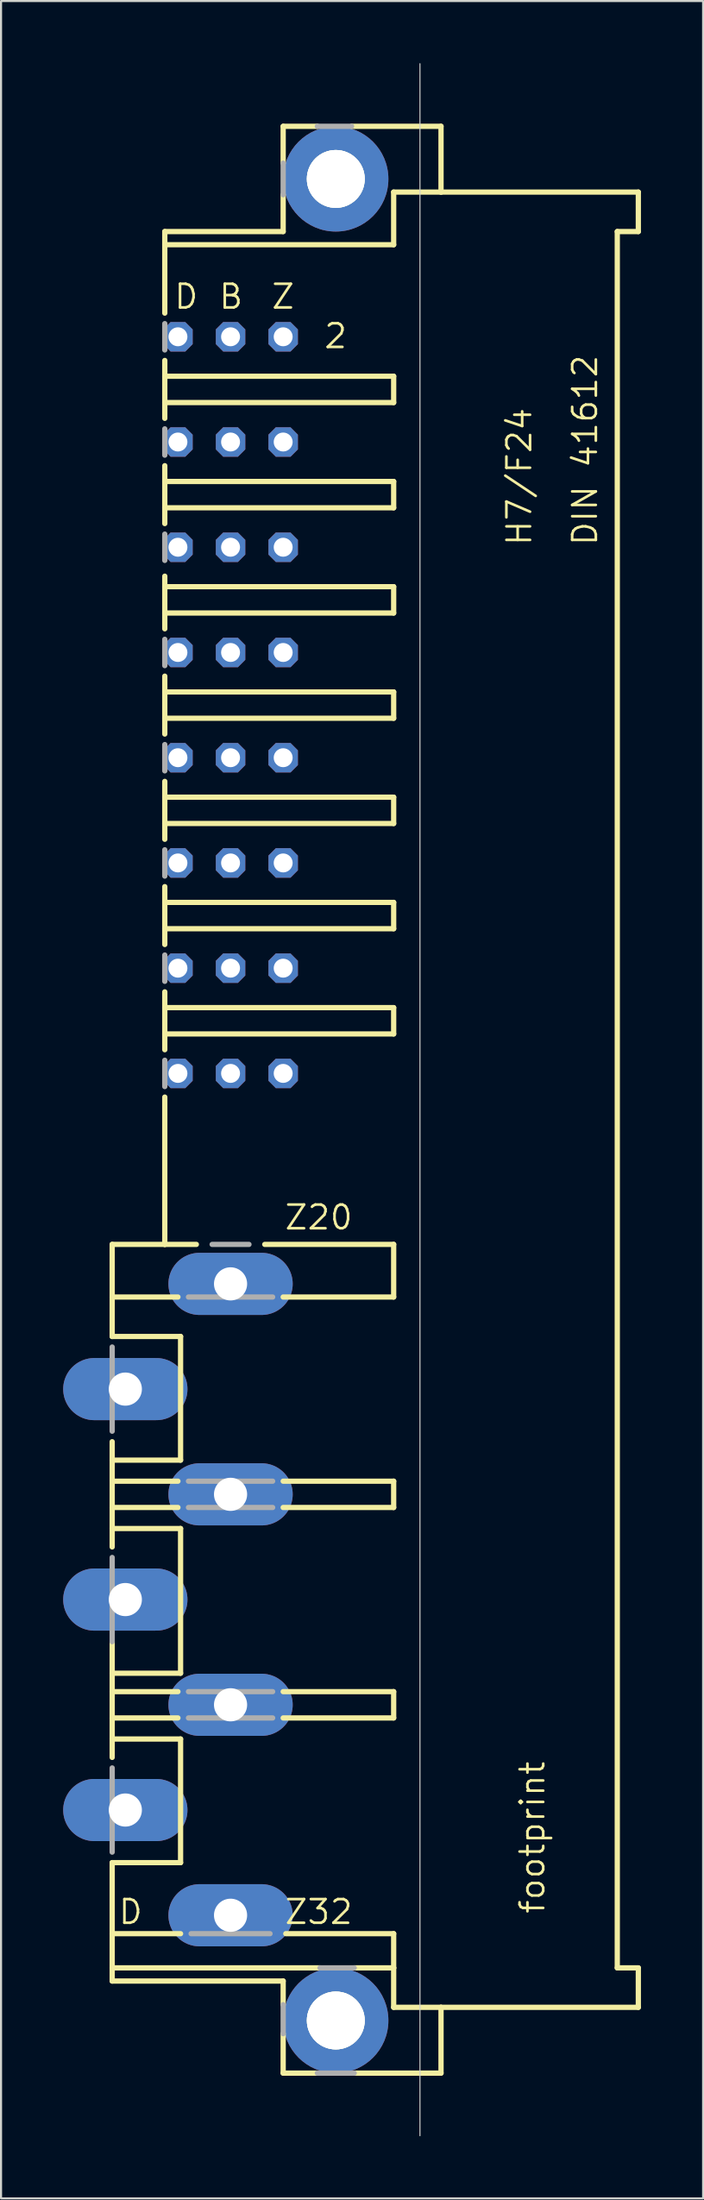
<source format=kicad_pcb>
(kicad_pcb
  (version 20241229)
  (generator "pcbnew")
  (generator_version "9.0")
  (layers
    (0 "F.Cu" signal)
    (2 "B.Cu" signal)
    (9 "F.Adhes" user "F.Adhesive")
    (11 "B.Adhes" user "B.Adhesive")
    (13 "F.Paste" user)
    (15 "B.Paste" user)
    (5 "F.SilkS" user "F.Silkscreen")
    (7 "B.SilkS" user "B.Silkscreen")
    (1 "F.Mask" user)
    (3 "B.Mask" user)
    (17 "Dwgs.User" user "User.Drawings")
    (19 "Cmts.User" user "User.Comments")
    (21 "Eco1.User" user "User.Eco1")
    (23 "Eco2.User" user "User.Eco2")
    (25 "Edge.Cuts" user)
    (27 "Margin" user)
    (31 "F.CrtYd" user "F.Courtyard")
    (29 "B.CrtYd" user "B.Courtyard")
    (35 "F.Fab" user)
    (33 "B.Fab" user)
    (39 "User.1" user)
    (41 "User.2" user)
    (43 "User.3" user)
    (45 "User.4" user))
  (footprint "footprint"
    (layer "F.Cu")
    (at 13.16 50.038)
    (property "Reference" "footprint" (at 10.16 39.37 90) (layer "F.SilkS") (effects (font (size 1.143 1.143) (thickness 0.127)) (justify left bottom)))
    (fp_line (start -10.795 6.985) (end -8.255 6.985) (stroke (width 0.254) (type solid)) (layer "F.SilkS"))
    (fp_line (start -10.795 9.525) (end -10.795 6.985) (stroke (width 0.254) (type solid)) (layer "F.SilkS"))
    (fp_line (start -10.795 9.525) (end -7.62 9.525) (stroke (width 0.254) (type solid)) (layer "F.SilkS"))
    (fp_line (start -10.795 11.43) (end -10.795 9.525) (stroke (width 0.254) (type solid)) (layer "F.SilkS"))
    (fp_line (start -10.795 11.43) (end -7.493 11.43) (stroke (width 0.254) (type solid)) (layer "F.SilkS"))
    (fp_line (start -10.795 17.399) (end -10.795 16.51) (stroke (width 0.254) (type solid)) (layer "F.SilkS"))
    (fp_line (start -10.795 17.399) (end -7.493 17.399) (stroke (width 0.254) (type solid)) (layer "F.SilkS"))
    (fp_line (start -10.795 18.415) (end -10.795 17.399) (stroke (width 0.254) (type solid)) (layer "F.SilkS"))
    (fp_line (start -10.795 18.415) (end -7.62 18.415) (stroke (width 0.254) (type solid)) (layer "F.SilkS"))
    (fp_line (start -10.795 19.685) (end -10.795 18.415) (stroke (width 0.254) (type solid)) (layer "F.SilkS"))
    (fp_line (start -10.795 19.685) (end -7.62 19.685) (stroke (width 0.254) (type solid)) (layer "F.SilkS"))
    (fp_line (start -10.795 20.701) (end -10.795 19.685) (stroke (width 0.254) (type solid)) (layer "F.SilkS"))
    (fp_line (start -10.795 20.701) (end -10.795 21.59) (stroke (width 0.254) (type solid)) (layer "F.SilkS"))
    (fp_line (start -10.795 20.701) (end -7.493 20.701) (stroke (width 0.254) (type solid)) (layer "F.SilkS"))
    (fp_line (start -10.795 27.686) (end -10.795 26.162) (stroke (width 0.254) (type solid)) (layer "F.SilkS"))
    (fp_line (start -10.795 27.686) (end -7.493 27.686) (stroke (width 0.254) (type solid)) (layer "F.SilkS"))
    (fp_line (start -10.795 28.575) (end -10.795 27.686) (stroke (width 0.254) (type solid)) (layer "F.SilkS"))
    (fp_line (start -10.795 28.575) (end -7.62 28.575) (stroke (width 0.254) (type solid)) (layer "F.SilkS"))
    (fp_line (start -10.795 29.845) (end -10.795 28.575) (stroke (width 0.254) (type solid)) (layer "F.SilkS"))
    (fp_line (start -10.795 29.845) (end -7.62 29.845) (stroke (width 0.254) (type solid)) (layer "F.SilkS"))
    (fp_line (start -10.795 30.861) (end -10.795 29.845) (stroke (width 0.254) (type solid)) (layer "F.SilkS"))
    (fp_line (start -10.795 30.861) (end -10.795 31.75) (stroke (width 0.254) (type solid)) (layer "F.SilkS"))
    (fp_line (start -10.795 30.861) (end -7.493 30.861) (stroke (width 0.254) (type solid)) (layer "F.SilkS"))
    (fp_line (start -10.795 36.83) (end -7.493 36.83) (stroke (width 0.254) (type solid)) (layer "F.SilkS"))
    (fp_line (start -10.795 40.259) (end -10.795 36.83) (stroke (width 0.254) (type solid)) (layer "F.SilkS"))
    (fp_line (start -10.795 40.259) (end -7.493 40.259) (stroke (width 0.254) (type solid)) (layer "F.SilkS"))
    (fp_line (start -10.795 41.91) (end -10.795 40.259) (stroke (width 0.254) (type solid)) (layer "F.SilkS"))
    (fp_line (start -10.795 42.545) (end -10.795 41.91) (stroke (width 0.254) (type solid)) (layer "F.SilkS"))
    (fp_line (start -8.255 -37.973) (end -8.255 -41.91) (stroke (width 0.254) (type solid)) (layer "F.SilkS"))
    (fp_line (start -8.255 -34.925) (end -8.255 -35.687) (stroke (width 0.254) (type solid)) (layer "F.SilkS"))
    (fp_line (start -8.255 -34.925) (end 2.794 -34.925) (stroke (width 0.254) (type solid)) (layer "F.SilkS"))
    (fp_line (start -8.255 -33.655) (end -8.255 -34.925) (stroke (width 0.254) (type solid)) (layer "F.SilkS"))
    (fp_line (start -8.255 -33.655) (end -8.255 -32.893) (stroke (width 0.254) (type solid)) (layer "F.SilkS"))
    (fp_line (start -8.255 -33.655) (end 2.794 -33.655) (stroke (width 0.254) (type solid)) (layer "F.SilkS"))
    (fp_line (start -8.255 -30.607) (end -8.255 -29.845) (stroke (width 0.254) (type solid)) (layer "F.SilkS"))
    (fp_line (start -8.255 -29.845) (end 2.794 -29.845) (stroke (width 0.254) (type solid)) (layer "F.SilkS"))
    (fp_line (start -8.255 -28.575) (end -8.255 -29.845) (stroke (width 0.254) (type solid)) (layer "F.SilkS"))
    (fp_line (start -8.255 -28.575) (end -8.255 -27.813) (stroke (width 0.254) (type solid)) (layer "F.SilkS"))
    (fp_line (start -8.255 -28.575) (end 2.794 -28.575) (stroke (width 0.254) (type solid)) (layer "F.SilkS"))
    (fp_line (start -8.255 -25.273) (end -8.255 -24.765) (stroke (width 0.254) (type solid)) (layer "F.SilkS"))
    (fp_line (start -8.255 -24.765) (end 2.794 -24.765) (stroke (width 0.254) (type solid)) (layer "F.SilkS"))
    (fp_line (start -8.255 -23.495) (end -8.255 -24.765) (stroke (width 0.254) (type solid)) (layer "F.SilkS"))
    (fp_line (start -8.255 -23.495) (end -8.255 -22.733) (stroke (width 0.254) (type solid)) (layer "F.SilkS"))
    (fp_line (start -8.255 -23.495) (end 2.794 -23.495) (stroke (width 0.254) (type solid)) (layer "F.SilkS"))
    (fp_line (start -8.255 -20.447) (end -8.255 -19.685) (stroke (width 0.254) (type solid)) (layer "F.SilkS"))
    (fp_line (start -8.255 -19.685) (end 2.794 -19.685) (stroke (width 0.254) (type solid)) (layer "F.SilkS"))
    (fp_line (start -8.255 -18.415) (end -8.255 -19.685) (stroke (width 0.254) (type solid)) (layer "F.SilkS"))
    (fp_line (start -8.255 -18.415) (end -8.255 -17.653) (stroke (width 0.254) (type solid)) (layer "F.SilkS"))
    (fp_line (start -8.255 -18.415) (end 2.794 -18.415) (stroke (width 0.254) (type solid)) (layer "F.SilkS"))
    (fp_line (start -8.255 -15.367) (end -8.255 -14.605) (stroke (width 0.254) (type solid)) (layer "F.SilkS"))
    (fp_line (start -8.255 -14.605) (end 2.794 -14.605) (stroke (width 0.254) (type solid)) (layer "F.SilkS"))
    (fp_line (start -8.255 -13.335) (end -8.255 -14.605) (stroke (width 0.254) (type solid)) (layer "F.SilkS"))
    (fp_line (start -8.255 -13.335) (end 2.794 -13.335) (stroke (width 0.254) (type solid)) (layer "F.SilkS"))
    (fp_line (start -8.255 -12.573) (end -8.255 -13.335) (stroke (width 0.254) (type solid)) (layer "F.SilkS"))
    (fp_line (start -8.255 -9.525) (end -8.255 -10.287) (stroke (width 0.254) (type solid)) (layer "F.SilkS"))
    (fp_line (start -8.255 -9.525) (end 2.794 -9.525) (stroke (width 0.254) (type solid)) (layer "F.SilkS"))
    (fp_line (start -8.255 -8.255) (end -8.255 -9.525) (stroke (width 0.254) (type solid)) (layer "F.SilkS"))
    (fp_line (start -8.255 -8.255) (end -8.255 -7.493) (stroke (width 0.254) (type solid)) (layer "F.SilkS"))
    (fp_line (start -8.255 -5.207) (end -8.255 -4.445) (stroke (width 0.254) (type solid)) (layer "F.SilkS"))
    (fp_line (start -8.255 -3.175) (end -8.255 -4.445) (stroke (width 0.254) (type solid)) (layer "F.SilkS"))
    (fp_line (start -8.255 -3.175) (end -8.255 -2.413) (stroke (width 0.254) (type solid)) (layer "F.SilkS"))
    (fp_line (start -8.255 -3.175) (end 2.794 -3.175) (stroke (width 0.254) (type solid)) (layer "F.SilkS"))
    (fp_line (start -8.255 -0.127) (end -8.255 6.985) (stroke (width 0.254) (type solid)) (layer "F.SilkS"))
    (fp_line (start -8.255 6.985) (end -6.731 6.985) (stroke (width 0.254) (type solid)) (layer "F.SilkS"))
    (fp_line (start -7.493 17.399) (end -7.493 11.43) (stroke (width 0.254) (type solid)) (layer "F.SilkS"))
    (fp_line (start -7.493 27.686) (end -7.493 20.701) (stroke (width 0.254) (type solid)) (layer "F.SilkS"))
    (fp_line (start -7.493 36.83) (end -7.493 30.861) (stroke (width 0.254) (type solid)) (layer "F.SilkS"))
    (fp_line (start -3.429 6.985) (end 2.794 6.985) (stroke (width 0.254) (type solid)) (layer "F.SilkS"))
    (fp_line (start -2.54 -46.99) (end -2.54 -45.212) (stroke (width 0.254) (type solid)) (layer "F.SilkS"))
    (fp_line (start -2.54 -46.99) (end -0.889 -46.99) (stroke (width 0.254) (type solid)) (layer "F.SilkS"))
    (fp_line (start -2.54 -43.688) (end -2.54 -41.91) (stroke (width 0.254) (type solid)) (layer "F.SilkS"))
    (fp_line (start -2.54 -41.91) (end -8.255 -41.91) (stroke (width 0.254) (type solid)) (layer "F.SilkS"))
    (fp_line (start -2.54 9.525) (end 2.794 9.525) (stroke (width 0.254) (type solid)) (layer "F.SilkS"))
    (fp_line (start -2.54 18.415) (end 2.794 18.415) (stroke (width 0.254) (type solid)) (layer "F.SilkS"))
    (fp_line (start -2.54 19.685) (end 2.794 19.685) (stroke (width 0.254) (type solid)) (layer "F.SilkS"))
    (fp_line (start -2.54 28.575) (end 2.794 28.575) (stroke (width 0.254) (type solid)) (layer "F.SilkS"))
    (fp_line (start -2.54 29.845) (end 2.794 29.845) (stroke (width 0.254) (type solid)) (layer "F.SilkS"))
    (fp_line (start -2.54 42.545) (end -10.795 42.545) (stroke (width 0.254) (type solid)) (layer "F.SilkS"))
    (fp_line (start -2.54 42.545) (end -2.54 43.688) (stroke (width 0.254) (type solid)) (layer "F.SilkS"))
    (fp_line (start -2.54 45.085) (end -2.54 46.99) (stroke (width 0.254) (type solid)) (layer "F.SilkS"))
    (fp_line (start -2.54 46.99) (end -0.889 46.99) (stroke (width 0.254) (type solid)) (layer "F.SilkS"))
    (fp_line (start -2.413 40.259) (end 2.794 40.259) (stroke (width 0.254) (type solid)) (layer "F.SilkS"))
    (fp_line (start -0.762 41.91) (end -10.795 41.91) (stroke (width 0.254) (type solid)) (layer "F.SilkS"))
    (fp_line (start 0.762 -46.99) (end 5.08 -46.99) (stroke (width 0.254) (type solid)) (layer "F.SilkS"))
    (fp_line (start 0.889 46.99) (end 5.08 46.99) (stroke (width 0.254) (type solid)) (layer "F.SilkS"))
    (fp_line (start 2.794 -41.275) (end -8.255 -41.275) (stroke (width 0.254) (type solid)) (layer "F.SilkS"))
    (fp_line (start 2.794 -41.275) (end 2.794 -43.815) (stroke (width 0.254) (type solid)) (layer "F.SilkS"))
    (fp_line (start 2.794 -33.655) (end 2.794 -34.925) (stroke (width 0.254) (type solid)) (layer "F.SilkS"))
    (fp_line (start 2.794 -28.575) (end 2.794 -29.845) (stroke (width 0.254) (type solid)) (layer "F.SilkS"))
    (fp_line (start 2.794 -23.495) (end 2.794 -24.765) (stroke (width 0.254) (type solid)) (layer "F.SilkS"))
    (fp_line (start 2.794 -18.415) (end 2.794 -19.685) (stroke (width 0.254) (type solid)) (layer "F.SilkS"))
    (fp_line (start 2.794 -13.335) (end 2.794 -14.605) (stroke (width 0.254) (type solid)) (layer "F.SilkS"))
    (fp_line (start 2.794 -8.255) (end -8.255 -8.255) (stroke (width 0.254) (type solid)) (layer "F.SilkS"))
    (fp_line (start 2.794 -8.255) (end 2.794 -9.525) (stroke (width 0.254) (type solid)) (layer "F.SilkS"))
    (fp_line (start 2.794 -4.445) (end -8.255 -4.445) (stroke (width 0.254) (type solid)) (layer "F.SilkS"))
    (fp_line (start 2.794 -3.175) (end 2.794 -4.445) (stroke (width 0.254) (type solid)) (layer "F.SilkS"))
    (fp_line (start 2.794 6.985) (end 2.794 9.525) (stroke (width 0.254) (type solid)) (layer "F.SilkS"))
    (fp_line (start 2.794 18.415) (end 2.794 19.685) (stroke (width 0.254) (type solid)) (layer "F.SilkS"))
    (fp_line (start 2.794 28.575) (end 2.794 29.845) (stroke (width 0.254) (type solid)) (layer "F.SilkS"))
    (fp_line (start 2.794 41.91) (end 0.889 41.91) (stroke (width 0.254) (type solid)) (layer "F.SilkS"))
    (fp_line (start 2.794 41.91) (end 2.794 40.259) (stroke (width 0.254) (type solid)) (layer "F.SilkS"))
    (fp_line (start 2.794 41.91) (end 2.794 43.815) (stroke (width 0.254) (type solid)) (layer "F.SilkS"))
    (fp_line (start 2.794 43.815) (end 5.08 43.815) (stroke (width 0.254) (type solid)) (layer "F.SilkS"))
    (fp_line (start 5.08 -46.99) (end 5.08 -43.815) (stroke (width 0.254) (type solid)) (layer "F.SilkS"))
    (fp_line (start 5.08 -43.815) (end 2.794 -43.815) (stroke (width 0.254) (type solid)) (layer "F.SilkS"))
    (fp_line (start 5.08 -43.815) (end 14.605 -43.815) (stroke (width 0.254) (type solid)) (layer "F.SilkS"))
    (fp_line (start 5.08 43.815) (end 14.605 43.815) (stroke (width 0.254) (type solid)) (layer "F.SilkS"))
    (fp_line (start 5.08 46.99) (end 5.08 43.815) (stroke (width 0.254) (type solid)) (layer "F.SilkS"))
    (fp_line (start 13.589 -41.91) (end 13.589 41.91) (stroke (width 0.254) (type solid)) (layer "F.SilkS"))
    (fp_line (start 13.589 -41.91) (end 14.605 -41.91) (stroke (width 0.254) (type solid)) (layer "F.SilkS"))
    (fp_line (start 13.589 41.91) (end 14.605 41.91) (stroke (width 0.254) (type solid)) (layer "F.SilkS"))
    (fp_line (start 14.605 -43.815) (end 14.605 -41.91) (stroke (width 0.254) (type solid)) (layer "F.SilkS"))
    (fp_line (start 14.605 43.815) (end 14.605 41.91) (stroke (width 0.254) (type solid)) (layer "F.SilkS"))
    (fp_circle (center 0 -44.45) (end 1.27 -44.45) (stroke (width 0.254) (type solid)) (fill no) (layer "F.SilkS"))
    (fp_circle (center 0 44.45) (end 1.27 44.45) (stroke (width 0.254) (type solid)) (fill no) (layer "F.SilkS"))
    (fp_line (start 4.064 50.013) (end 4.064 -50.013) (stroke (width 0.05) (type solid)) (layer "Edge.Cuts"))
    (fp_line (start -10.795 16.002) (end -10.795 11.938) (stroke (width 0.254) (type solid)) (layer "F.Fab"))
    (fp_line (start -10.795 26.162) (end -10.795 22.098) (stroke (width 0.254) (type solid)) (layer "F.Fab"))
    (fp_line (start -10.795 36.322) (end -10.795 32.258) (stroke (width 0.254) (type solid)) (layer "F.Fab"))
    (fp_line (start -8.255 -36.195) (end -8.255 -37.465) (stroke (width 0.254) (type solid)) (layer "F.Fab"))
    (fp_line (start -8.255 -32.385) (end -8.255 -31.115) (stroke (width 0.254) (type solid)) (layer "F.Fab"))
    (fp_line (start -8.255 -27.305) (end -8.255 -26.035) (stroke (width 0.254) (type solid)) (layer "F.Fab"))
    (fp_line (start -8.255 -22.225) (end -8.255 -20.955) (stroke (width 0.254) (type solid)) (layer "F.Fab"))
    (fp_line (start -8.255 -17.145) (end -8.255 -15.875) (stroke (width 0.254) (type solid)) (layer "F.Fab"))
    (fp_line (start -8.255 -12.065) (end -8.255 -10.795) (stroke (width 0.254) (type solid)) (layer "F.Fab"))
    (fp_line (start -8.255 -6.985) (end -8.255 -5.715) (stroke (width 0.254) (type solid)) (layer "F.Fab"))
    (fp_line (start -8.255 -1.905) (end -8.255 -0.635) (stroke (width 0.254) (type solid)) (layer "F.Fab"))
    (fp_line (start -7.112 9.525) (end -3.048 9.525) (stroke (width 0.254) (type solid)) (layer "F.Fab"))
    (fp_line (start -7.112 18.415) (end -3.048 18.415) (stroke (width 0.254) (type solid)) (layer "F.Fab"))
    (fp_line (start -7.112 19.685) (end -3.048 19.685) (stroke (width 0.254) (type solid)) (layer "F.Fab"))
    (fp_line (start -7.112 28.575) (end -3.048 28.575) (stroke (width 0.254) (type solid)) (layer "F.Fab"))
    (fp_line (start -7.112 29.845) (end -3.048 29.845) (stroke (width 0.254) (type solid)) (layer "F.Fab"))
    (fp_line (start -6.985 40.259) (end -3.175 40.259) (stroke (width 0.254) (type solid)) (layer "F.Fab"))
    (fp_line (start -5.969 6.985) (end -4.191 6.985) (stroke (width 0.254) (type solid)) (layer "F.Fab"))
    (fp_line (start -2.54 -45.212) (end -2.54 -43.688) (stroke (width 0.254) (type solid)) (layer "F.Fab"))
    (fp_line (start -2.54 43.688) (end -2.54 45.085) (stroke (width 0.254) (type solid)) (layer "F.Fab"))
    (fp_line (start -0.889 -46.99) (end 0.762 -46.99) (stroke (width 0.254) (type solid)) (layer "F.Fab"))
    (fp_line (start -0.889 46.99) (end 0.889 46.99) (stroke (width 0.254) (type solid)) (layer "F.Fab"))
    (fp_line (start 0.889 41.91) (end -0.762 41.91) (stroke (width 0.254) (type solid)) (layer "F.Fab"))
    (fp_text user "DIN 41612" (at 12.7 -26.67 90) (layer "F.SilkS") (effects (font (size 1.143 1.143) (thickness 0.127)) (justify left bottom)))
    (fp_text user "Z20" (at -2.54 6.35 0) (layer "F.SilkS") (effects (font (size 1.143 1.143) (thickness 0.127)) (justify left bottom)))
    (fp_text user "Z32" (at -2.54 39.878 0) (layer "F.SilkS") (effects (font (size 1.143 1.143) (thickness 0.127)) (justify left bottom)))
    (fp_text user " D " (at -11.43 39.878 0) (layer "F.SilkS") (effects (font (size 1.143 1.143) (thickness 0.127)) (justify left bottom)))
    (fp_text user "H7/F24" (at 9.525 -26.67 90) (layer "F.SilkS") (effects (font (size 1.143 1.143) (thickness 0.127)) (justify left bottom)))
    (fp_text user "D" (at -7.874 -38.1 0) (layer "F.SilkS") (effects (font (size 1.143 1.143) (thickness 0.127)) (justify left bottom)))
    (fp_text user "2" (at -0.635 -36.195 0) (layer "F.SilkS") (effects (font (size 1.143 1.143) (thickness 0.127)) (justify left bottom)))
    (fp_text user "B" (at -5.715 -38.1 0) (layer "F.SilkS") (effects (font (size 1.143 1.143) (thickness 0.127)) (justify left bottom)))
    (fp_text user "Z" (at -3.175 -38.1 0) (layer "F.SilkS") (effects (font (size 1.143 1.143) (thickness 0.127)) (justify left bottom)))
    (pad "" np_thru_hole circle (at 0 -44.45) (size 2.794 2.794) (drill 2.794) (layers "*.Cu" "*.Mask"))
    (pad "" np_thru_hole circle (at 0 44.45) (size 2.794 2.794) (drill 2.794) (layers "*.Cu" "*.Mask"))
    (pad "B2" thru_hole roundrect (at -5.08 -36.83) (size 1.422 1.422) (drill 0.914) (layers "*.Cu" "*.Mask") (roundrect_rratio 0.25) (chamfer_ratio 0.25) (chamfer top_left top_right bottom_left bottom_right))
    (pad "B4" thru_hole roundrect (at -5.08 -31.75) (size 1.422 1.422) (drill 0.914) (layers "*.Cu" "*.Mask") (roundrect_rratio 0.25) (chamfer_ratio 0.25) (chamfer top_left top_right bottom_left bottom_right))
    (pad "B6" thru_hole roundrect (at -5.08 -26.67) (size 1.422 1.422) (drill 0.914) (layers "*.Cu" "*.Mask") (roundrect_rratio 0.25) (chamfer_ratio 0.25) (chamfer top_left top_right bottom_left bottom_right))
    (pad "B8" thru_hole roundrect (at -5.08 -21.59) (size 1.422 1.422) (drill 0.914) (layers "*.Cu" "*.Mask") (roundrect_rratio 0.25) (chamfer_ratio 0.25) (chamfer top_left top_right bottom_left bottom_right))
    (pad "B10" thru_hole roundrect (at -5.08 -16.51) (size 1.422 1.422) (drill 0.914) (layers "*.Cu" "*.Mask") (roundrect_rratio 0.25) (chamfer_ratio 0.25) (chamfer top_left top_right bottom_left bottom_right))
    (pad "B12" thru_hole roundrect (at -5.08 -11.43) (size 1.422 1.422) (drill 0.914) (layers "*.Cu" "*.Mask") (roundrect_rratio 0.25) (chamfer_ratio 0.25) (chamfer top_left top_right bottom_left bottom_right))
    (pad "B14" thru_hole roundrect (at -5.08 -6.35) (size 1.422 1.422) (drill 0.914) (layers "*.Cu" "*.Mask") (roundrect_rratio 0.25) (chamfer_ratio 0.25) (chamfer top_left top_right bottom_left bottom_right))
    (pad "B16" thru_hole roundrect (at -5.08 -1.27) (size 1.422 1.422) (drill 0.914) (layers "*.Cu" "*.Mask") (roundrect_rratio 0.25) (chamfer_ratio 0.25) (chamfer top_left top_right bottom_left bottom_right))
    (pad "D2" thru_hole roundrect (at -7.62 -36.83) (size 1.422 1.422) (drill 0.914) (layers "*.Cu" "*.Mask") (roundrect_rratio 0.25) (chamfer_ratio 0.25) (chamfer top_left top_right bottom_left bottom_right))
    (pad "D4" thru_hole roundrect (at -7.62 -31.75) (size 1.422 1.422) (drill 0.914) (layers "*.Cu" "*.Mask") (roundrect_rratio 0.25) (chamfer_ratio 0.25) (chamfer top_left top_right bottom_left bottom_right))
    (pad "D6" thru_hole roundrect (at -7.62 -26.67) (size 1.422 1.422) (drill 0.914) (layers "*.Cu" "*.Mask") (roundrect_rratio 0.25) (chamfer_ratio 0.25) (chamfer top_left top_right bottom_left bottom_right))
    (pad "D8" thru_hole roundrect (at -7.62 -21.59) (size 1.422 1.422) (drill 0.914) (layers "*.Cu" "*.Mask") (roundrect_rratio 0.25) (chamfer_ratio 0.25) (chamfer top_left top_right bottom_left bottom_right))
    (pad "D10" thru_hole roundrect (at -7.62 -16.51) (size 1.422 1.422) (drill 0.914) (layers "*.Cu" "*.Mask") (roundrect_rratio 0.25) (chamfer_ratio 0.25) (chamfer top_left top_right bottom_left bottom_right))
    (pad "D12" thru_hole roundrect (at -7.62 -11.43) (size 1.422 1.422) (drill 0.914) (layers "*.Cu" "*.Mask") (roundrect_rratio 0.25) (chamfer_ratio 0.25) (chamfer top_left top_right bottom_left bottom_right))
    (pad "D14" thru_hole roundrect (at -7.62 -6.35) (size 1.422 1.422) (drill 0.914) (layers "*.Cu" "*.Mask") (roundrect_rratio 0.25) (chamfer_ratio 0.25) (chamfer top_left top_right bottom_left bottom_right))
    (pad "D16" thru_hole roundrect (at -7.62 -1.27) (size 1.422 1.422) (drill 0.914) (layers "*.Cu" "*.Mask") (roundrect_rratio 0.25) (chamfer_ratio 0.25) (chamfer top_left top_right bottom_left bottom_right))
    (pad "D22" thru_hole oval (at -10.16 13.97) (size 6 3) (drill 1.6) (layers "*.Cu" "*.Mask"))
    (pad "D26" thru_hole oval (at -10.16 24.13) (size 6 3) (drill 1.6) (layers "*.Cu" "*.Mask"))
    (pad "D30" thru_hole oval (at -10.16 34.29) (size 6 3) (drill 1.6) (layers "*.Cu" "*.Mask"))
    (pad "X1" thru_hole circle (at 0 44.45) (size 5.08 5.08) (drill 2.794) (layers "*.Cu" "*.Mask"))
    (pad "X2" thru_hole circle (at 0 -44.45) (size 5.08 5.08) (drill 2.794) (layers "*.Cu" "*.Mask"))
    (pad "Z2" thru_hole roundrect (at -2.54 -36.83) (size 1.422 1.422) (drill 0.914) (layers "*.Cu" "*.Mask") (roundrect_rratio 0.25) (chamfer_ratio 0.25) (chamfer top_left top_right bottom_left bottom_right))
    (pad "Z4" thru_hole roundrect (at -2.54 -31.75) (size 1.422 1.422) (drill 0.914) (layers "*.Cu" "*.Mask") (roundrect_rratio 0.25) (chamfer_ratio 0.25) (chamfer top_left top_right bottom_left bottom_right))
    (pad "Z6" thru_hole roundrect (at -2.54 -26.67) (size 1.422 1.422) (drill 0.914) (layers "*.Cu" "*.Mask") (roundrect_rratio 0.25) (chamfer_ratio 0.25) (chamfer top_left top_right bottom_left bottom_right))
    (pad "Z8" thru_hole roundrect (at -2.54 -21.59) (size 1.422 1.422) (drill 0.914) (layers "*.Cu" "*.Mask") (roundrect_rratio 0.25) (chamfer_ratio 0.25) (chamfer top_left top_right bottom_left bottom_right))
    (pad "Z10" thru_hole roundrect (at -2.54 -16.51) (size 1.422 1.422) (drill 0.914) (layers "*.Cu" "*.Mask") (roundrect_rratio 0.25) (chamfer_ratio 0.25) (chamfer top_left top_right bottom_left bottom_right))
    (pad "Z12" thru_hole roundrect (at -2.54 -11.43) (size 1.422 1.422) (drill 0.914) (layers "*.Cu" "*.Mask") (roundrect_rratio 0.25) (chamfer_ratio 0.25) (chamfer top_left top_right bottom_left bottom_right))
    (pad "Z14" thru_hole roundrect (at -2.54 -6.35) (size 1.422 1.422) (drill 0.914) (layers "*.Cu" "*.Mask") (roundrect_rratio 0.25) (chamfer_ratio 0.25) (chamfer top_left top_right bottom_left bottom_right))
    (pad "Z16" thru_hole roundrect (at -2.54 -1.27) (size 1.422 1.422) (drill 0.914) (layers "*.Cu" "*.Mask") (roundrect_rratio 0.25) (chamfer_ratio 0.25) (chamfer top_left top_right bottom_left bottom_right))
    (pad "Z20" thru_hole oval (at -5.08 8.89) (size 6 3) (drill 1.6) (layers "*.Cu" "*.Mask"))
    (pad "Z24" thru_hole oval (at -5.08 19.05) (size 6 3) (drill 1.6) (layers "*.Cu" "*.Mask"))
    (pad "Z28" thru_hole oval (at -5.08 29.21) (size 6 3) (drill 1.6) (layers "*.Cu" "*.Mask"))
    (pad "Z32" thru_hole oval (at -5.08 39.37) (size 6 3) (drill 1.6) (layers "*.Cu" "*.Mask")))
  (gr_rect
    (start -3 -3)
    (end 30.892 103.075)
    (stroke (width 0.1) (type default))
    (fill no)
    (layer "Edge.Cuts")))
</source>
